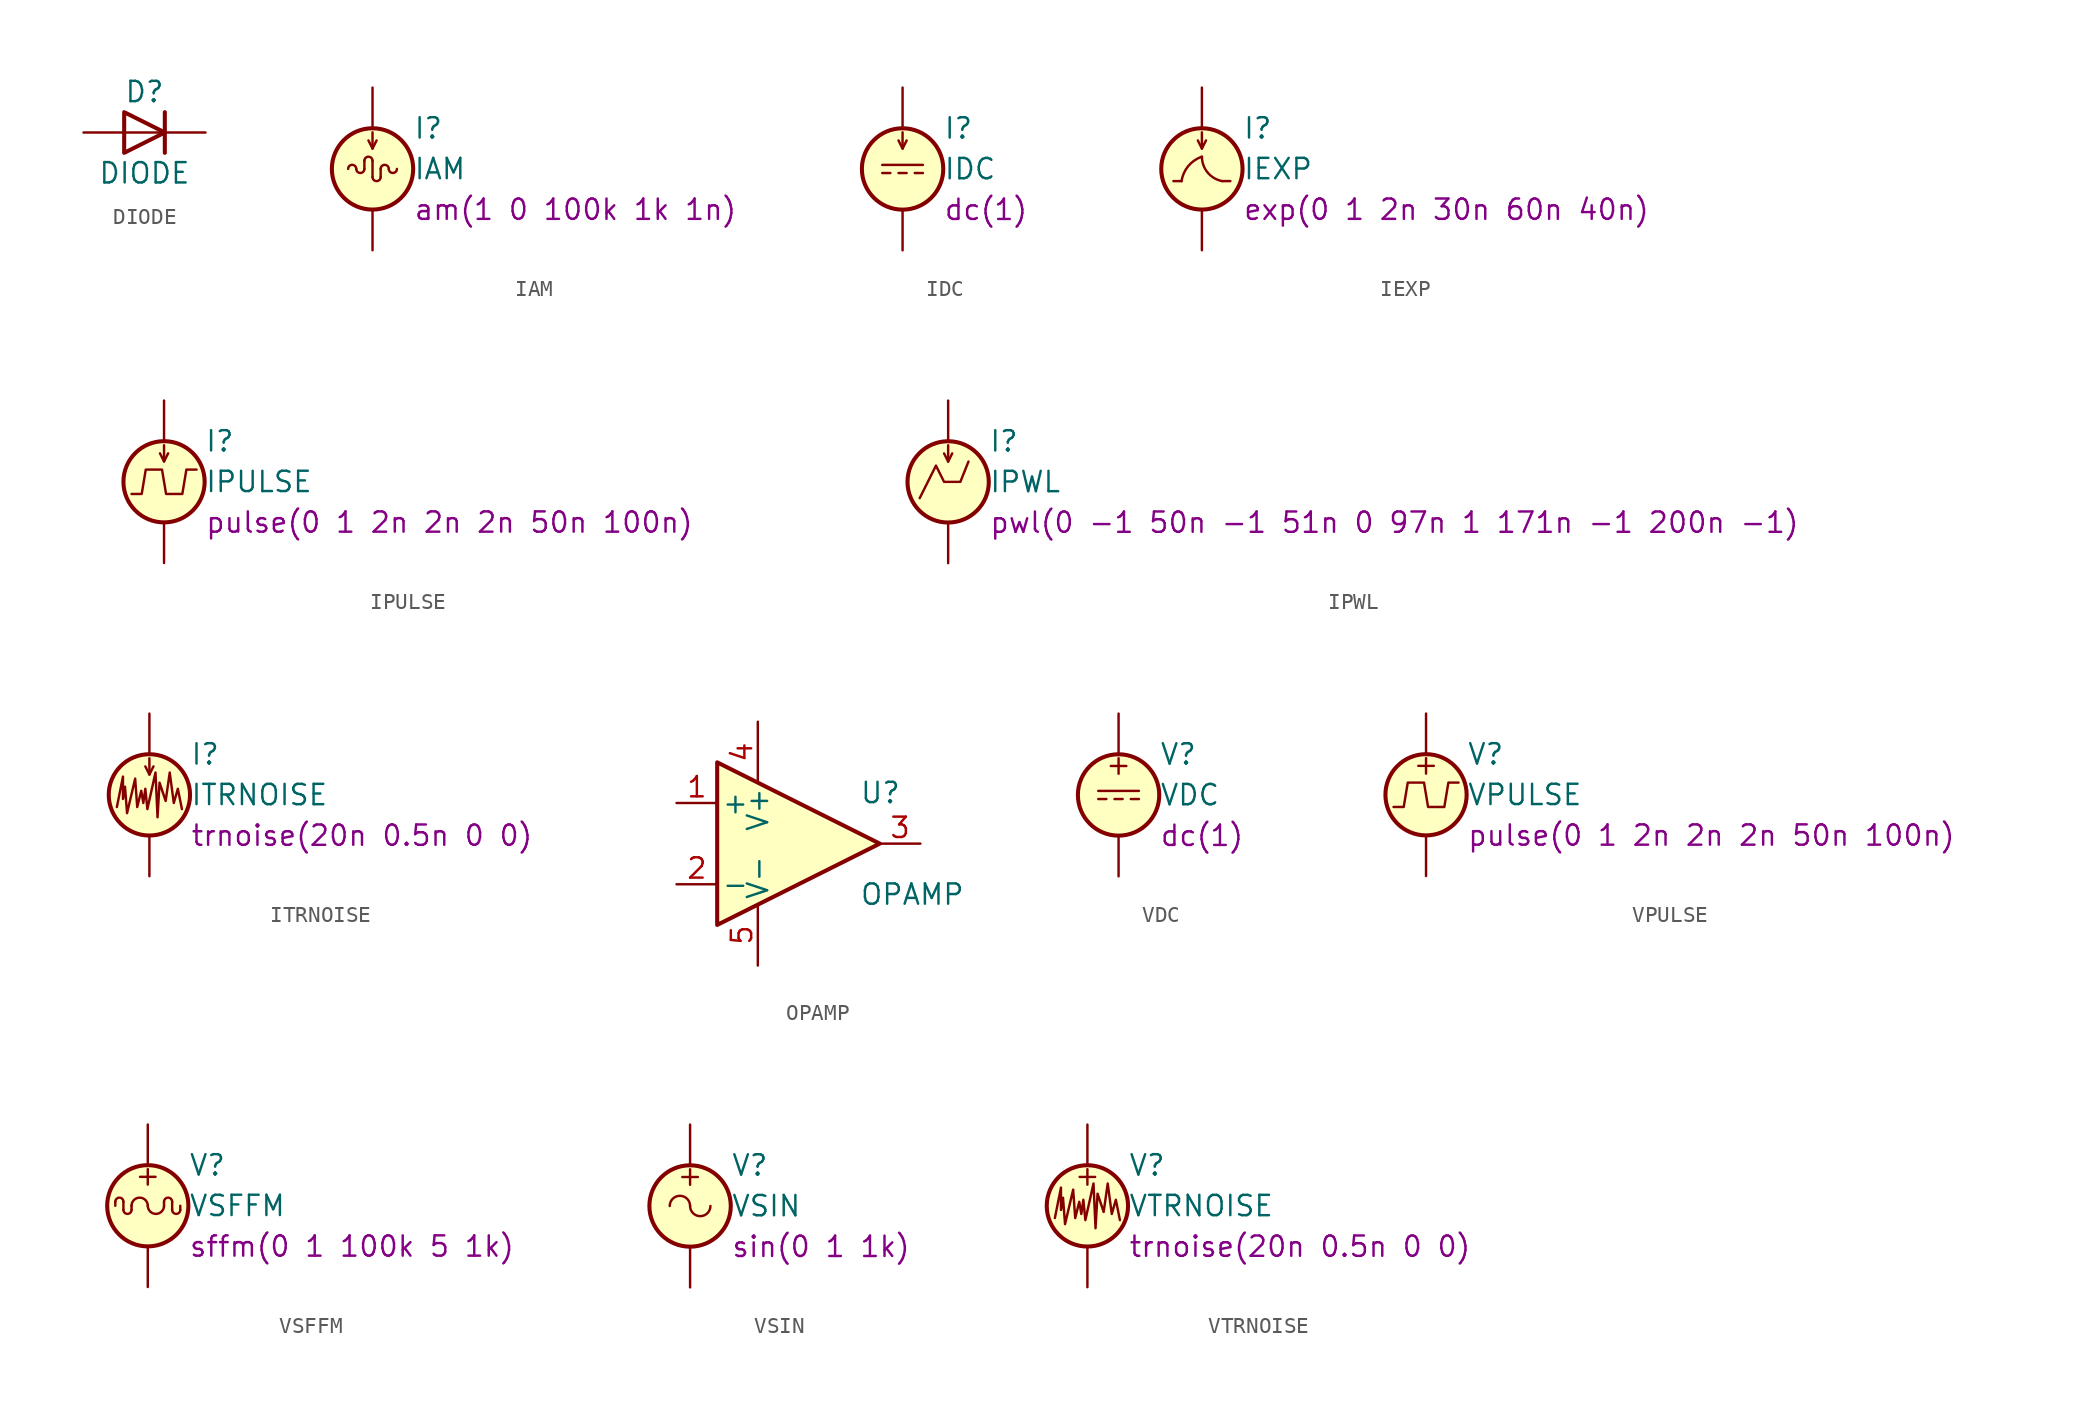
<source format=kicad_sym>
(kicad_symbol_lib
  (version 20220914)
  (generator kicad_symbol_editor)
  (symbol "DIODE"
    (pin_numbers hide)
    (pin_names
      (offset 1.016) hide)
    (property "Reference" "D"
      (at 0 2.54 0)
      (effects (font (size 1.27 1.27))))
    (property "Value" "DIODE"
      (at 0 -2.54 0)
      (effects (font (size 1.27 1.27))))
    (symbol "DIODE_0_1"
      (polyline (pts (xy 1.27 0) (xy -1.27 0)) (stroke (width 0) (type solid)) (fill (type none)))
      (polyline (pts (xy 1.27 1.27) (xy 1.27 -1.27)) (stroke (width 0.254) (type solid)) (fill (type none)))
      (polyline (pts (xy -1.27 -1.27) (xy -1.27 1.27) (xy 1.27 0) (xy -1.27 -1.27)) (stroke (width 0.254) (type solid)) (fill (type none))))
    (symbol "DIODE_1_1"
      (pin passive line (at -3.81 0 0) (length 2.54) (name "A" (effects (font (size 1.27 1.27)))) (number "1" (effects (font (size 1.27 1.27)))))
      (pin passive line (at 3.81 0 180) (length 2.54) (name "K" (effects (font (size 1.27 1.27)))) (number "2" (effects (font (size 1.27 1.27)))))))
  (symbol "IAM"
    (pin_numbers hide)
    (pin_names
      (offset 0.025))
    (property "Reference" "I"
      (at 2.54 2.54 0)
      (effects (font (size 1.27 1.27)) (justify left)))
    (property "Value" "IAM"
      (at 2.54 0 0)
      (effects (font (size 1.27 1.27)) (justify left)))
    (property "Spice_Model" "am(1 0 100k 1k 1n)"
      (at 2.54 -2.54 0)
      (effects (font (size 1.27 1.27)) (justify left)))
    (symbol "IAM_0_0"
      (arc (start 0 0.508) (mid -0.254 0.762) (end -0.508 0.508) (stroke (width 0) (type solid)) (fill (type none))))
    (symbol "IAM_0_1"
      (arc (start -1.016 0) (mid -1.27 0.254) (end -1.524 0) (stroke (width 0) (type solid)) (fill (type none)))
      (arc (start -1.016 0) (mid -0.762 -0.254) (end -0.508 0) (stroke (width 0) (type solid)) (fill (type none)))
      (arc (start 0 -0.508) (mid 0.254 -0.762) (end 0.508 -0.508) (stroke (width 0) (type solid)) (fill (type none)))
      (polyline (pts (xy -0.508 0.508) (xy -0.508 0)) (stroke (width 0) (type solid)) (fill (type none)))
      (polyline (pts (xy 0 0.508) (xy 0 -0.508)) (stroke (width 0) (type solid)) (fill (type none)))
      (polyline (pts (xy 0 1.27) (xy 0 2.286)) (stroke (width 0) (type solid)) (fill (type none)))
      (polyline (pts (xy 0.508 -0.508) (xy 0.508 0)) (stroke (width 0) (type solid)) (fill (type none)))
      (polyline (pts (xy -0.254 1.778) (xy 0 1.27) (xy 0.254 1.778)) (stroke (width 0) (type solid)) (fill (type none)))
      (circle (center 0 0) (radius 2.54) (stroke (width 0.254) (type solid)) (fill (type background)))
      (arc (start 1.016 0) (mid 0.762 0.254) (end 0.508 0) (stroke (width 0) (type solid)) (fill (type none)))
      (arc (start 1.016 0) (mid 1.27 -0.254) (end 1.524 0) (stroke (width 0) (type solid)) (fill (type none))))
    (symbol "IAM_1_1"
      (pin passive line (at 0 5.08 270) (length 2.54) (name "~" (effects (font (size 1.27 1.27)))) (number "1" (effects (font (size 1.27 1.27)))))
      (pin passive line (at 0 -5.08 90) (length 2.54) (name "~" (effects (font (size 1.27 1.27)))) (number "2" (effects (font (size 1.27 1.27)))))))
  (symbol "IDC"
    (pin_numbers hide)
    (pin_names
      (offset 0.025))
    (property "Reference" "I"
      (at 2.54 2.54 0)
      (effects (font (size 1.27 1.27)) (justify left)))
    (property "Value" "IDC"
      (at 2.54 0 0)
      (effects (font (size 1.27 1.27)) (justify left)))
    (property "Spice_Model" "dc(1)"
      (at 2.54 -2.54 0)
      (effects (font (size 1.27 1.27)) (justify left)))
    (symbol "IDC_0_0"
      (polyline (pts (xy -1.27 0.254) (xy 1.27 0.254)) (stroke (width 0) (type solid)) (fill (type none)))
      (polyline (pts (xy -0.762 -0.254) (xy -1.27 -0.254)) (stroke (width 0) (type solid)) (fill (type none)))
      (polyline (pts (xy 0.254 -0.254) (xy -0.254 -0.254)) (stroke (width 0) (type solid)) (fill (type none)))
      (polyline (pts (xy 1.27 -0.254) (xy 0.762 -0.254)) (stroke (width 0) (type solid)) (fill (type none))))
    (symbol "IDC_0_1"
      (polyline (pts (xy 0 1.27) (xy 0 2.286)) (stroke (width 0) (type solid)) (fill (type none)))
      (polyline (pts (xy -0.254 1.778) (xy 0 1.27) (xy 0.254 1.778)) (stroke (width 0) (type solid)) (fill (type none)))
      (circle (center 0 0) (radius 2.54) (stroke (width 0.254) (type solid)) (fill (type background))))
    (symbol "IDC_1_1"
      (pin passive line (at 0 5.08 270) (length 2.54) (name "~" (effects (font (size 1.27 1.27)))) (number "1" (effects (font (size 1.27 1.27)))))
      (pin passive line (at 0 -5.08 90) (length 2.54) (name "~" (effects (font (size 1.27 1.27)))) (number "2" (effects (font (size 1.27 1.27)))))))
  (symbol "IEXP"
    (pin_numbers hide)
    (pin_names
      (offset 0.025))
    (property "Reference" "I"
      (at 2.54 2.54 0)
      (effects (font (size 1.27 1.27)) (justify left)))
    (property "Value" "IEXP"
      (at 2.54 0 0)
      (effects (font (size 1.27 1.27)) (justify left)))
    (property "Spice_Model" "exp(0 1 2n 30n 60n 40n)"
      (at 2.54 -2.54 0)
      (effects (font (size 1.27 1.27)) (justify left)))
    (symbol "IEXP_0_0"
      (polyline (pts (xy -1.27 -0.762) (xy -1.778 -0.762)) (stroke (width 0) (type solid)) (fill (type none)))
      (polyline (pts (xy 1.27 -0.762) (xy 1.778 -0.762)) (stroke (width 0) (type solid)) (fill (type none)))
      (arc (start 0 0.762) (mid -0.851 0.1794) (end -1.27 -0.762) (stroke (width 0) (type solid)) (fill (type none)))
      (arc (start 0 0.762) (mid 0.3591 -0.2299) (end 1.27 -0.762) (stroke (width 0) (type solid)) (fill (type none))))
    (symbol "IEXP_0_1"
      (polyline (pts (xy 0 1.27) (xy 0 2.286)) (stroke (width 0) (type solid)) (fill (type none)))
      (polyline (pts (xy -0.254 1.778) (xy 0 1.27) (xy 0.254 1.778)) (stroke (width 0) (type solid)) (fill (type none)))
      (circle (center 0 0) (radius 2.54) (stroke (width 0.254) (type solid)) (fill (type background))))
    (symbol "IEXP_1_1"
      (pin passive line (at 0 5.08 270) (length 2.54) (name "~" (effects (font (size 1.27 1.27)))) (number "1" (effects (font (size 1.27 1.27)))))
      (pin passive line (at 0 -5.08 90) (length 2.54) (name "~" (effects (font (size 1.27 1.27)))) (number "2" (effects (font (size 1.27 1.27)))))))
  (symbol "IPULSE"
    (pin_numbers hide)
    (pin_names
      (offset 0.025))
    (property "Reference" "I"
      (at 2.54 2.54 0)
      (effects (font (size 1.27 1.27)) (justify left)))
    (property "Value" "IPULSE"
      (at 2.54 0 0)
      (effects (font (size 1.27 1.27)) (justify left)))
    (property "Spice_Model" "pulse(0 1 2n 2n 2n 50n 100n)"
      (at 2.54 -2.54 0)
      (effects (font (size 1.27 1.27)) (justify left)))
    (symbol "IPULSE_0_0"
      (polyline (pts (xy -2.032 -0.762) (xy -1.397 -0.762) (xy -1.143 0.762) (xy -0.127 0.762) (xy 0.127 -0.762) (xy 1.143 -0.762) (xy 1.397 0.762) (xy 2.032 0.762)) (stroke (width 0) (type solid)) (fill (type none))))
    (symbol "IPULSE_0_1"
      (polyline (pts (xy 0 1.27) (xy 0 2.286)) (stroke (width 0) (type solid)) (fill (type none)))
      (polyline (pts (xy -0.254 1.778) (xy 0 1.27) (xy 0.254 1.778)) (stroke (width 0) (type solid)) (fill (type none)))
      (circle (center 0 0) (radius 2.54) (stroke (width 0.254) (type solid)) (fill (type background))))
    (symbol "IPULSE_1_1"
      (pin passive line (at 0 5.08 270) (length 2.54) (name "~" (effects (font (size 1.27 1.27)))) (number "1" (effects (font (size 1.27 1.27)))))
      (pin passive line (at 0 -5.08 90) (length 2.54) (name "~" (effects (font (size 1.27 1.27)))) (number "2" (effects (font (size 1.27 1.27)))))))
  (symbol "IPWL"
    (pin_numbers hide)
    (pin_names
      (offset 0.025))
    (property "Reference" "I"
      (at 2.54 2.54 0)
      (effects (font (size 1.27 1.27)) (justify left)))
    (property "Value" "IPWL"
      (at 2.54 0 0)
      (effects (font (size 1.27 1.27)) (justify left)))
    (property "Spice_Model" "pwl(0 -1 50n -1 51n 0 97n 1 171n -1 200n -1)"
      (at 2.54 -2.54 0)
      (effects (font (size 1.27 1.27)) (justify left)))
    (symbol "IPWL_0_0"
      (polyline (pts (xy -1.778 -1.016) (xy -0.762 1.016) (xy -0.254 0) (xy 0.762 0) (xy 1.27 1.27)) (stroke (width 0) (type solid)) (fill (type none))))
    (symbol "IPWL_0_1"
      (polyline (pts (xy 0 1.27) (xy 0 2.286)) (stroke (width 0) (type solid)) (fill (type none)))
      (polyline (pts (xy -0.254 1.778) (xy 0 1.27) (xy 0.254 1.778)) (stroke (width 0) (type solid)) (fill (type none)))
      (circle (center 0 0) (radius 2.54) (stroke (width 0.254) (type solid)) (fill (type background))))
    (symbol "IPWL_1_1"
      (pin passive line (at 0 5.08 270) (length 2.54) (name "~" (effects (font (size 1.27 1.27)))) (number "1" (effects (font (size 1.27 1.27)))))
      (pin passive line (at 0 -5.08 90) (length 2.54) (name "~" (effects (font (size 1.27 1.27)))) (number "2" (effects (font (size 1.27 1.27)))))))
  (symbol "ITRNOISE"
    (pin_numbers hide)
    (pin_names
      (offset 0.025))
    (property "Reference" "I"
      (at 2.54 2.54 0)
      (effects (font (size 1.27 1.27)) (justify left)))
    (property "Value" "ITRNOISE"
      (at 2.54 0 0)
      (effects (font (size 1.27 1.27)) (justify left)))
    (property "Spice_Model" "trnoise(20n 0.5n 0 0)"
      (at 2.54 -2.54 0)
      (effects (font (size 1.27 1.27)) (justify left)))
    (symbol "ITRNOISE_0_1"
      (polyline (pts (xy 0 1.27) (xy 0 2.286)) (stroke (width 0) (type solid)) (fill (type none)))
      (polyline (pts (xy -0.254 1.778) (xy 0 1.27) (xy 0.254 1.778)) (stroke (width 0) (type solid)) (fill (type none)))
      (polyline (pts (xy -2.032 -0.762) (xy -1.651 1.143) (xy -1.651 -0.254) (xy -1.524 0.508) (xy -1.397 -1.143) (xy -0.889 1.016) (xy -0.762 -0.762) (xy -0.508 0.254) (xy -0.381 -0.508) (xy -0.254 0.381) (xy -0.127 -0.889) (xy 0.381 1.397) (xy 0.508 -1.397) (xy 0.635 0.762) (xy 1.016 -0.381) (xy 1.27 1.397) (xy 1.524 -0.508) (xy 1.778 0.381) (xy 2.032 -0.889)) (stroke (width 0) (type solid)) (fill (type none)))
      (circle (center 0 0) (radius 2.54) (stroke (width 0.254) (type solid)) (fill (type background))))
    (symbol "ITRNOISE_1_1"
      (pin passive line (at 0 5.08 270) (length 2.54) (name "~" (effects (font (size 1.27 1.27)))) (number "1" (effects (font (size 1.27 1.27)))))
      (pin passive line (at 0 -5.08 90) (length 2.54) (name "~" (effects (font (size 1.27 1.27)))) (number "2" (effects (font (size 1.27 1.27)))))))
  (symbol "OPAMP"
    (pin_names
      (offset 0.254))
    (property "Reference" "U"
      (at 3.81 3.175 0)
      (effects (font (size 1.27 1.27)) (justify left)))
    (property "Value" "OPAMP"
      (at 3.81 -3.175 0)
      (effects (font (size 1.27 1.27)) (justify left)))
    (symbol "OPAMP_0_1"
      (polyline (pts (xy 5.08 0) (xy -5.08 5.08) (xy -5.08 -5.08) (xy 5.08 0)) (stroke (width 0.254) (type solid)) (fill (type background))))
    (symbol "OPAMP_1_1"
      (pin input line (at -7.62 2.54 0) (length 2.54) (name "+" (effects (font (size 1.27 1.27)))) (number "1" (effects (font (size 1.27 1.27)))))
      (pin input line (at -7.62 -2.54 0) (length 2.54) (name "-" (effects (font (size 1.27 1.27)))) (number "2" (effects (font (size 1.27 1.27)))))
      (pin output line (at 7.62 0 180) (length 2.54) (name "~" (effects (font (size 1.27 1.27)))) (number "3" (effects (font (size 1.27 1.27)))))
      (pin power_in line (at -2.54 7.62 270) (length 3.81) (name "V+" (effects (font (size 1.27 1.27)))) (number "4" (effects (font (size 1.27 1.27)))))
      (pin power_in line (at -2.54 -7.62 90) (length 3.81) (name "V-" (effects (font (size 1.27 1.27)))) (number "5" (effects (font (size 1.27 1.27)))))))
  (symbol "VDC"
    (pin_numbers hide)
    (pin_names
      (offset 0.025))
    (property "Reference" "V"
      (at 2.54 2.54 0)
      (effects (font (size 1.27 1.27)) (justify left)))
    (property "Value" "VDC"
      (at 2.54 0 0)
      (effects (font (size 1.27 1.27)) (justify left)))
    (property "Spice_Model" "dc(1)"
      (at 2.54 -2.54 0)
      (effects (font (size 1.27 1.27)) (justify left)))
    (symbol "VDC_0_0"
      (polyline (pts (xy -1.27 0.254) (xy 1.27 0.254)) (stroke (width 0) (type solid)) (fill (type none)))
      (polyline (pts (xy -0.762 -0.254) (xy -1.27 -0.254)) (stroke (width 0) (type solid)) (fill (type none)))
      (polyline (pts (xy 0.254 -0.254) (xy -0.254 -0.254)) (stroke (width 0) (type solid)) (fill (type none)))
      (polyline (pts (xy 1.27 -0.254) (xy 0.762 -0.254)) (stroke (width 0) (type solid)) (fill (type none)))
      (text "+" (at 0 1.905 0) (effects (font (size 1.27 1.27)))))
    (symbol "VDC_0_1"
      (circle (center 0 0) (radius 2.54) (stroke (width 0.254) (type solid)) (fill (type background))))
    (symbol "VDC_1_1"
      (pin passive line (at 0 5.08 270) (length 2.54) (name "~" (effects (font (size 1.27 1.27)))) (number "1" (effects (font (size 1.27 1.27)))))
      (pin passive line (at 0 -5.08 90) (length 2.54) (name "~" (effects (font (size 1.27 1.27)))) (number "2" (effects (font (size 1.27 1.27)))))))
  (symbol "VPULSE"
    (pin_numbers hide)
    (pin_names
      (offset 0.025))
    (property "Reference" "V"
      (at 2.54 2.54 0)
      (effects (font (size 1.27 1.27)) (justify left)))
    (property "Value" "VPULSE"
      (at 2.54 0 0)
      (effects (font (size 1.27 1.27)) (justify left)))
    (property "Spice_Model" "pulse(0 1 2n 2n 2n 50n 100n)"
      (at 2.54 -2.54 0)
      (effects (font (size 1.27 1.27)) (justify left)))
    (symbol "VPULSE_0_0"
      (polyline (pts (xy -2.032 -0.762) (xy -1.397 -0.762) (xy -1.143 0.762) (xy -0.127 0.762) (xy 0.127 -0.762) (xy 1.143 -0.762) (xy 1.397 0.762) (xy 2.032 0.762)) (stroke (width 0) (type solid)) (fill (type none)))
      (text "+" (at 0 1.905 0) (effects (font (size 1.27 1.27)))))
    (symbol "VPULSE_0_1"
      (circle (center 0 0) (radius 2.54) (stroke (width 0.254) (type solid)) (fill (type background))))
    (symbol "VPULSE_1_1"
      (pin passive line (at 0 5.08 270) (length 2.54) (name "~" (effects (font (size 1.27 1.27)))) (number "1" (effects (font (size 1.27 1.27)))))
      (pin passive line (at 0 -5.08 90) (length 2.54) (name "~" (effects (font (size 1.27 1.27)))) (number "2" (effects (font (size 1.27 1.27)))))))
  (symbol "VSFFM"
    (pin_numbers hide)
    (pin_names
      (offset 0.025))
    (property "Reference" "V"
      (at 2.54 2.54 0)
      (effects (font (size 1.27 1.27)) (justify left)))
    (property "Value" "VSFFM"
      (at 2.54 0 0)
      (effects (font (size 1.27 1.27)) (justify left)))
    (property "Spice_Model" "sffm(0 1 100k 5 1k)"
      (at 2.54 -2.54 0)
      (effects (font (size 1.27 1.27)) (justify left)))
    (symbol "VSFFM_0_0"
      (text "+" (at 0 1.905 0) (effects (font (size 1.27 1.27)))))
    (symbol "VSFFM_0_1"
      (arc (start -1.524 -0.254) (mid -1.27 -0.508) (end -1.016 -0.254) (stroke (width 0) (type solid)) (fill (type none)))
      (arc (start -1.524 0.254) (mid -1.778 0.508) (end -2.032 0.254) (stroke (width 0) (type solid)) (fill (type none)))
      (arc (start 0 0) (mid -0.508 0.508) (end -1.016 0) (stroke (width 0) (type solid)) (fill (type none)))
      (polyline (pts (xy -2.032 0.254) (xy -2.032 0)) (stroke (width 0) (type solid)) (fill (type none)))
      (polyline (pts (xy -1.524 -0.254) (xy -1.524 0.254)) (stroke (width 0) (type solid)) (fill (type none)))
      (polyline (pts (xy -1.016 0) (xy -1.016 -0.254)) (stroke (width 0) (type solid)) (fill (type none)))
      (polyline (pts (xy 1.016 0.254) (xy 1.016 0)) (stroke (width 0) (type solid)) (fill (type none)))
      (polyline (pts (xy 1.524 0.254) (xy 1.524 -0.254)) (stroke (width 0) (type solid)) (fill (type none)))
      (polyline (pts (xy 2.032 -0.254) (xy 2.032 0)) (stroke (width 0) (type solid)) (fill (type none)))
      (arc (start 0 0) (mid 0.508 -0.508) (end 1.016 0) (stroke (width 0) (type solid)) (fill (type none)))
      (circle (center 0 0) (radius 2.54) (stroke (width 0.254) (type solid)) (fill (type background)))
      (arc (start 1.524 -0.254) (mid 1.778 -0.508) (end 2.032 -0.254) (stroke (width 0) (type solid)) (fill (type none)))
      (arc (start 1.524 0.254) (mid 1.27 0.508) (end 1.016 0.254) (stroke (width 0) (type solid)) (fill (type none))))
    (symbol "VSFFM_1_1"
      (pin passive line (at 0 5.08 270) (length 2.54) (name "~" (effects (font (size 1.27 1.27)))) (number "1" (effects (font (size 1.27 1.27)))))
      (pin passive line (at 0 -5.08 90) (length 2.54) (name "~" (effects (font (size 1.27 1.27)))) (number "2" (effects (font (size 1.27 1.27)))))))
  (symbol "VSIN"
    (pin_numbers hide)
    (pin_names
      (offset 0.025))
    (property "Reference" "V"
      (at 2.54 2.54 0)
      (effects (font (size 1.27 1.27)) (justify left)))
    (property "Value" "VSIN"
      (at 2.54 0 0)
      (effects (font (size 1.27 1.27)) (justify left)))
    (property "Spice_Model" "sin(0 1 1k)"
      (at 2.54 -2.54 0)
      (effects (font (size 1.27 1.27)) (justify left)))
    (symbol "VSIN_0_0"
      (arc (start 0 0) (mid -0.635 0.635) (end -1.27 0) (stroke (width 0) (type solid)) (fill (type none)))
      (arc (start 0 0) (mid 0.635 -0.635) (end 1.27 0) (stroke (width 0) (type solid)) (fill (type none)))
      (text "+" (at 0 1.905 0) (effects (font (size 1.27 1.27)))))
    (symbol "VSIN_0_1"
      (circle (center 0 0) (radius 2.54) (stroke (width 0.254) (type solid)) (fill (type background))))
    (symbol "VSIN_1_1"
      (pin passive line (at 0 5.08 270) (length 2.54) (name "~" (effects (font (size 1.27 1.27)))) (number "1" (effects (font (size 1.27 1.27)))))
      (pin passive line (at 0 -5.08 90) (length 2.54) (name "~" (effects (font (size 1.27 1.27)))) (number "2" (effects (font (size 1.27 1.27)))))))
  (symbol "VTRNOISE"
    (pin_numbers hide)
    (pin_names
      (offset 0.025))
    (property "Reference" "V"
      (at 2.54 2.54 0)
      (effects (font (size 1.27 1.27)) (justify left)))
    (property "Value" "VTRNOISE"
      (at 2.54 0 0)
      (effects (font (size 1.27 1.27)) (justify left)))
    (property "Spice_Model" "trnoise(20n 0.5n 0 0)"
      (at 2.54 -2.54 0)
      (effects (font (size 1.27 1.27)) (justify left)))
    (symbol "VTRNOISE_0_0"
      (text "+" (at 0 1.905 0) (effects (font (size 1.27 1.27)))))
    (symbol "VTRNOISE_0_1"
      (polyline (pts (xy -2.032 -0.762) (xy -1.651 1.143) (xy -1.651 -0.254) (xy -1.524 0.508) (xy -1.397 -1.143) (xy -0.889 1.016) (xy -0.762 -0.762) (xy -0.508 0.254) (xy -0.381 -0.508) (xy -0.254 0.381) (xy -0.127 -0.889) (xy 0.381 1.397) (xy 0.508 -1.397) (xy 0.635 0.762) (xy 1.016 -0.381) (xy 1.27 1.397) (xy 1.524 -0.508) (xy 1.778 0.381) (xy 2.032 -0.889)) (stroke (width 0) (type solid)) (fill (type none)))
      (circle (center 0 0) (radius 2.54) (stroke (width 0.254) (type solid)) (fill (type background))))
    (symbol "VTRNOISE_1_1"
      (pin passive line (at 0 5.08 270) (length 2.54) (name "~" (effects (font (size 1.27 1.27)))) (number "1" (effects (font (size 1.27 1.27)))))
      (pin passive line (at 0 -5.08 90) (length 2.54) (name "~" (effects (font (size 1.27 1.27)))) (number "2" (effects (font (size 1.27 1.27))))))))
</source>
